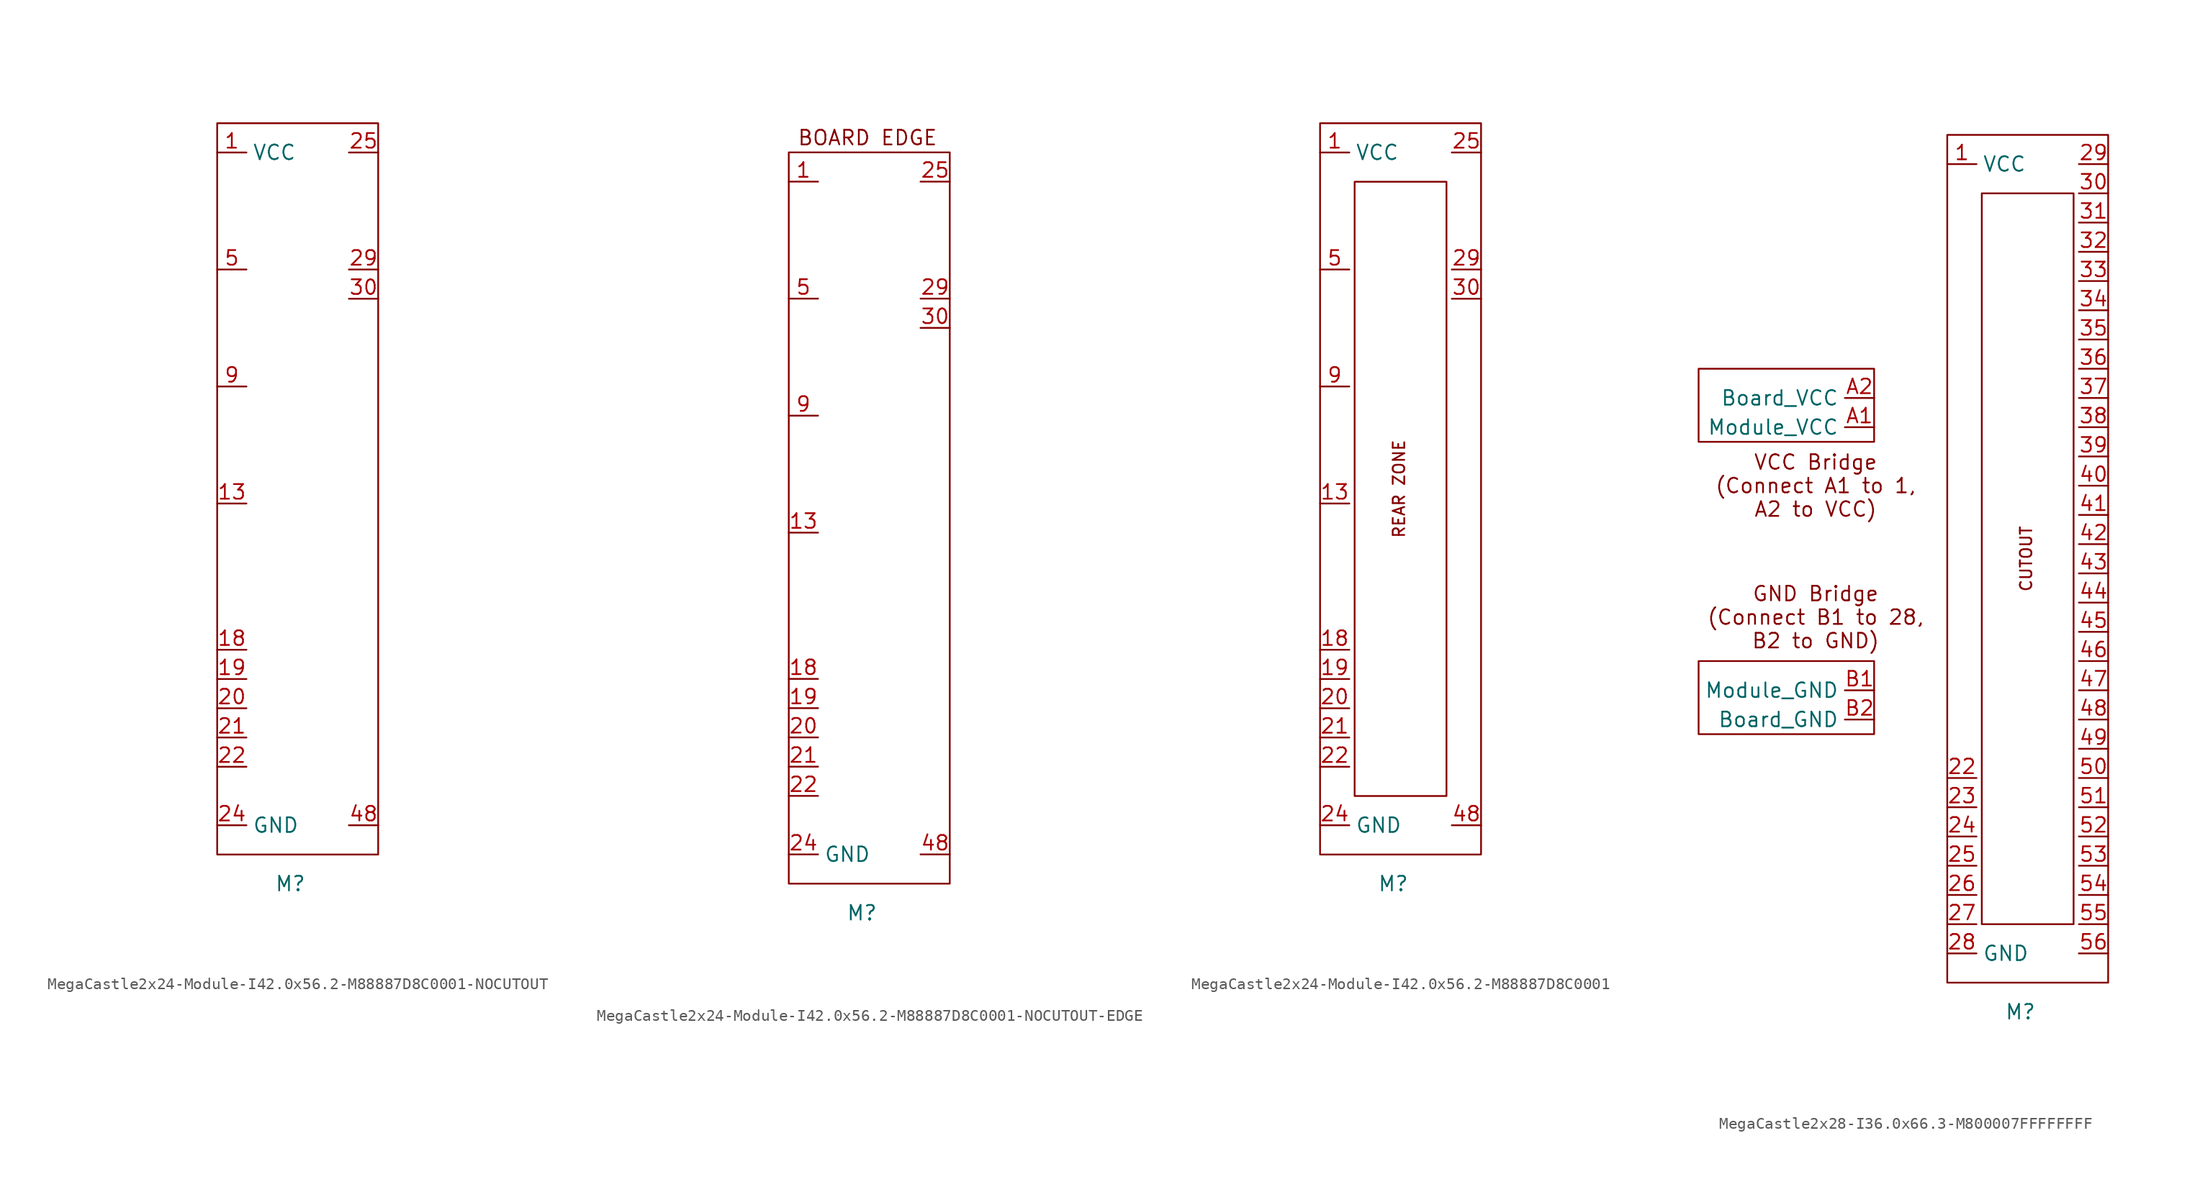
<source format=kicad_sym>
(kicad_symbol_lib
  (version 20241209)
  (generator "kicad_symbol_editor")
  (generator_version "9.0")
  (symbol "MegaCastle2x24-Module-I42.0x56.2-M88887D8C0001-NOCUTOUT"
    (property "Reference" "M"
      (at 0 -34.29 0)
      (effects (font (size 1.27 1.27))))
    (property "Value" ""
      (at 0 5.08 0)
      (effects (font (size 1.27 1.27))))
    (symbol "MegaCastle2x24-Module-I42.0x56.2-M88887D8C0001-NOCUTOUT_0_1"
      (rectangle (start -6.35 31.75) (end 7.62 -31.75) (stroke (width 0) (type default)) (fill (type none))))
    (symbol "MegaCastle2x24-Module-I42.0x56.2-M88887D8C0001-NOCUTOUT_1_1"
      (pin bidirectional line (at -6.35 29.21 0) (length 2.54) (name "VCC" (effects (font (size 1.27 1.27)))) (number "1" (effects (font (size 1.27 1.27)))))
      (pin bidirectional line (at -6.35 19.05 0) (length 2.54) (name "" (effects (font (size 1.27 1.27)))) (number "5" (effects (font (size 1.27 1.27)))))
      (pin bidirectional line (at -6.35 8.89 0) (length 2.54) (name "" (effects (font (size 1.27 1.27)))) (number "9" (effects (font (size 1.27 1.27)))))
      (pin bidirectional line (at -6.35 -1.27 0) (length 2.54) (name "" (effects (font (size 1.27 1.27)))) (number "13" (effects (font (size 1.27 1.27)))))
      (pin bidirectional line (at -6.35 -13.97 0) (length 2.54) (name "" (effects (font (size 1.27 1.27)))) (number "18" (effects (font (size 1.27 1.27)))))
      (pin bidirectional line (at -6.35 -16.51 0) (length 2.54) (name "" (effects (font (size 1.27 1.27)))) (number "19" (effects (font (size 1.27 1.27)))))
      (pin bidirectional line (at -6.35 -19.05 0) (length 2.54) (name "" (effects (font (size 1.27 1.27)))) (number "20" (effects (font (size 1.27 1.27)))))
      (pin bidirectional line (at -6.35 -21.59 0) (length 2.54) (name "" (effects (font (size 1.27 1.27)))) (number "21" (effects (font (size 1.27 1.27)))))
      (pin bidirectional line (at -6.35 -24.13 0) (length 2.54) (name "" (effects (font (size 1.27 1.27)))) (number "22" (effects (font (size 1.27 1.27)))))
      (pin bidirectional line (at -6.35 -29.21 0) (length 2.54) (name "GND" (effects (font (size 1.27 1.27)))) (number "24" (effects (font (size 1.27 1.27)))))
      (pin bidirectional line (at 7.62 29.21 180) (length 2.54) (name "" (effects (font (size 1.27 1.27)))) (number "25" (effects (font (size 1.27 1.27)))))
      (pin bidirectional line (at 7.62 19.05 180) (length 2.54) (name "" (effects (font (size 1.27 1.27)))) (number "29" (effects (font (size 1.27 1.27)))))
      (pin bidirectional line (at 7.62 16.51 180) (length 2.54) (name "" (effects (font (size 1.27 1.27)))) (number "30" (effects (font (size 1.27 1.27)))))
      (pin bidirectional line (at 7.62 -29.21 180) (length 2.54) (name "" (effects (font (size 1.27 1.27)))) (number "48" (effects (font (size 1.27 1.27)))))))
  (symbol "MegaCastle2x24-Module-I42.0x56.2-M88887D8C0001-NOCUTOUT-EDGE"
    (property "Reference" "M"
      (at 0 -34.29 0)
      (effects (font (size 1.27 1.27))))
    (property "Value" ""
      (at 0 5.08 0)
      (effects (font (size 1.27 1.27))))
    (symbol "MegaCastle2x24-Module-I42.0x56.2-M88887D8C0001-NOCUTOUT-EDGE_0_1"
      (rectangle (start -6.35 31.75) (end 7.62 -31.75) (stroke (width 0) (type default)) (fill (type none))))
    (symbol "MegaCastle2x24-Module-I42.0x56.2-M88887D8C0001-NOCUTOUT-EDGE_1_1"
      (text " BOARD EDGE" (at 0 33.02 0) (effects (font (size 1.27 1.27))))
      (pin bidirectional line (at -6.35 29.21 0) (length 2.54) (name "" (effects (font (size 1.27 1.27)))) (number "1" (effects (font (size 1.27 1.27)))))
      (pin bidirectional line (at -6.35 19.05 0) (length 2.54) (name "" (effects (font (size 1.27 1.27)))) (number "5" (effects (font (size 1.27 1.27)))))
      (pin bidirectional line (at -6.35 8.89 0) (length 2.54) (name "" (effects (font (size 1.27 1.27)))) (number "9" (effects (font (size 1.27 1.27)))))
      (pin bidirectional line (at -6.35 -1.27 0) (length 2.54) (name "" (effects (font (size 1.27 1.27)))) (number "13" (effects (font (size 1.27 1.27)))))
      (pin bidirectional line (at -6.35 -13.97 0) (length 2.54) (name "" (effects (font (size 1.27 1.27)))) (number "18" (effects (font (size 1.27 1.27)))))
      (pin bidirectional line (at -6.35 -16.51 0) (length 2.54) (name "" (effects (font (size 1.27 1.27)))) (number "19" (effects (font (size 1.27 1.27)))))
      (pin bidirectional line (at -6.35 -19.05 0) (length 2.54) (name "" (effects (font (size 1.27 1.27)))) (number "20" (effects (font (size 1.27 1.27)))))
      (pin bidirectional line (at -6.35 -21.59 0) (length 2.54) (name "" (effects (font (size 1.27 1.27)))) (number "21" (effects (font (size 1.27 1.27)))))
      (pin bidirectional line (at -6.35 -24.13 0) (length 2.54) (name "" (effects (font (size 1.27 1.27)))) (number "22" (effects (font (size 1.27 1.27)))))
      (pin bidirectional line (at -6.35 -29.21 0) (length 2.54) (name "GND" (effects (font (size 1.27 1.27)))) (number "24" (effects (font (size 1.27 1.27)))))
      (pin bidirectional line (at 7.62 29.21 180) (length 2.54) (name "" (effects (font (size 1.27 1.27)))) (number "25" (effects (font (size 1.27 1.27)))))
      (pin bidirectional line (at 7.62 19.05 180) (length 2.54) (name "" (effects (font (size 1.27 1.27)))) (number "29" (effects (font (size 1.27 1.27)))))
      (pin bidirectional line (at 7.62 16.51 180) (length 2.54) (name "" (effects (font (size 1.27 1.27)))) (number "30" (effects (font (size 1.27 1.27)))))
      (pin bidirectional line (at 7.62 -29.21 180) (length 2.54) (name "" (effects (font (size 1.27 1.27)))) (number "48" (effects (font (size 1.27 1.27)))))))
  (symbol "MegaCastle2x24-Module-I42.0x56.2-M88887D8C0001"
    (property "Reference" "M"
      (at 0 -34.29 0)
      (effects (font (size 1.27 1.27))))
    (property "Value" ""
      (at 0 5.08 0)
      (effects (font (size 1.27 1.27))))
    (symbol "MegaCastle2x24-Module-I42.0x56.2-M88887D8C0001_0_1"
      (rectangle (start -6.35 31.75) (end 7.62 -31.75) (stroke (width 0) (type default)) (fill (type none)))
      (rectangle (start -3.35 26.67) (end 4.62 -26.67) (stroke (width 0) (type default)) (fill (type none))))
    (symbol "MegaCastle2x24-Module-I42.0x56.2-M88887D8C0001_1_1"
      (text "REAR ZONE" (at 0.5 0 900) (effects (font (size 1 1))))
      (pin bidirectional line (at -6.35 29.21 0) (length 2.54) (name "VCC" (effects (font (size 1.27 1.27)))) (number "1" (effects (font (size 1.27 1.27)))))
      (pin bidirectional line (at -6.35 19.05 0) (length 2.54) (name "" (effects (font (size 1.27 1.27)))) (number "5" (effects (font (size 1.27 1.27)))))
      (pin bidirectional line (at -6.35 8.89 0) (length 2.54) (name "" (effects (font (size 1.27 1.27)))) (number "9" (effects (font (size 1.27 1.27)))))
      (pin bidirectional line (at -6.35 -1.27 0) (length 2.54) (name "" (effects (font (size 1.27 1.27)))) (number "13" (effects (font (size 1.27 1.27)))))
      (pin bidirectional line (at -6.35 -13.97 0) (length 2.54) (name "" (effects (font (size 1.27 1.27)))) (number "18" (effects (font (size 1.27 1.27)))))
      (pin bidirectional line (at -6.35 -16.51 0) (length 2.54) (name "" (effects (font (size 1.27 1.27)))) (number "19" (effects (font (size 1.27 1.27)))))
      (pin bidirectional line (at -6.35 -19.05 0) (length 2.54) (name "" (effects (font (size 1.27 1.27)))) (number "20" (effects (font (size 1.27 1.27)))))
      (pin bidirectional line (at -6.35 -21.59 0) (length 2.54) (name "" (effects (font (size 1.27 1.27)))) (number "21" (effects (font (size 1.27 1.27)))))
      (pin bidirectional line (at -6.35 -24.13 0) (length 2.54) (name "" (effects (font (size 1.27 1.27)))) (number "22" (effects (font (size 1.27 1.27)))))
      (pin bidirectional line (at -6.35 -29.21 0) (length 2.54) (name "GND" (effects (font (size 1.27 1.27)))) (number "24" (effects (font (size 1.27 1.27)))))
      (pin bidirectional line (at 7.62 29.21 180) (length 2.54) (name "" (effects (font (size 1.27 1.27)))) (number "25" (effects (font (size 1.27 1.27)))))
      (pin bidirectional line (at 7.62 19.05 180) (length 2.54) (name "" (effects (font (size 1.27 1.27)))) (number "29" (effects (font (size 1.27 1.27)))))
      (pin bidirectional line (at 7.62 16.51 180) (length 2.54) (name "" (effects (font (size 1.27 1.27)))) (number "30" (effects (font (size 1.27 1.27)))))
      (pin bidirectional line (at 7.62 -29.21 180) (length 2.54) (name "" (effects (font (size 1.27 1.27)))) (number "48" (effects (font (size 1.27 1.27)))))))
  (symbol "MegaCastle2x28-I36.0x66.3-M800007FFFFFFFF"
    (property "Reference" "M"
      (at 0 -39.37 0)
      (effects (font (size 1.27 1.27))))
    (property "Value" ""
      (at 0 5.08 0)
      (effects (font (size 1.27 1.27))))
    (symbol "MegaCastle2x28-I36.0x66.3-M800007FFFFFFFF_0_1"
      (rectangle (start -27.94 16.51) (end -12.7 10.16) (stroke (width 0) (type default)) (fill (type none)))
      (rectangle (start -27.94 -8.89) (end -12.7 -15.24) (stroke (width 0) (type default)) (fill (type none)))
      (rectangle (start -6.35 36.83) (end 7.62 -36.83) (stroke (width 0) (type default)) (fill (type none)))
      (rectangle (start -3.35 31.75) (end 4.62 -31.75) (stroke (width 0) (type default)) (fill (type none))))
    (symbol "MegaCastle2x28-I36.0x66.3-M800007FFFFFFFF_1_1"
      (text "VCC Bridge\n(Connect A1 to 1,\nA2 to VCC)" (at -17.78 6.35 0) (effects (font (size 1.27 1.27))))
      (text "GND Bridge\n(Connect B1 to 28,\nB2 to GND)" (at -17.78 -5.08 0) (effects (font (size 1.27 1.27))))
      (text "CUTOUT" (at 0.5 0 900) (effects (font (size 1 1))))
      (pin bidirectional line (at -12.7 13.97 180) (length 2.54) (name "Board_VCC" (effects (font (size 1.27 1.27)))) (number "A2" (effects (font (size 1.27 1.27)))))
      (pin bidirectional line (at -12.7 11.43 180) (length 2.54) (name "Module_VCC" (effects (font (size 1.27 1.27)))) (number "A1" (effects (font (size 1.27 1.27)))))
      (pin bidirectional line (at -12.7 -11.43 180) (length 2.54) (name "Module_GND" (effects (font (size 1.27 1.27)))) (number "B1" (effects (font (size 1.27 1.27)))))
      (pin bidirectional line (at -12.7 -13.97 180) (length 2.54) (name "Board_GND" (effects (font (size 1.27 1.27)))) (number "B2" (effects (font (size 1.27 1.27)))))
      (pin bidirectional line (at -6.35 34.29 0) (length 2.54) (name "VCC" (effects (font (size 1.27 1.27)))) (number "1" (effects (font (size 1.27 1.27)))))
      (pin bidirectional line (at -6.35 -19.05 0) (length 2.54) (name "" (effects (font (size 1.27 1.27)))) (number "22" (effects (font (size 1.27 1.27)))))
      (pin bidirectional line (at -6.35 -21.59 0) (length 2.54) (name "" (effects (font (size 1.27 1.27)))) (number "23" (effects (font (size 1.27 1.27)))))
      (pin bidirectional line (at -6.35 -24.13 0) (length 2.54) (name "" (effects (font (size 1.27 1.27)))) (number "24" (effects (font (size 1.27 1.27)))))
      (pin bidirectional line (at -6.35 -26.67 0) (length 2.54) (name "" (effects (font (size 1.27 1.27)))) (number "25" (effects (font (size 1.27 1.27)))))
      (pin bidirectional line (at -6.35 -29.21 0) (length 2.54) (name "" (effects (font (size 1.27 1.27)))) (number "26" (effects (font (size 1.27 1.27)))))
      (pin bidirectional line (at -6.35 -31.75 0) (length 2.54) (name "" (effects (font (size 1.27 1.27)))) (number "27" (effects (font (size 1.27 1.27)))))
      (pin bidirectional line (at -6.35 -34.29 0) (length 2.54) (name "GND" (effects (font (size 1.27 1.27)))) (number "28" (effects (font (size 1.27 1.27)))))
      (pin bidirectional line (at 7.62 34.29 180) (length 2.54) (name "" (effects (font (size 1.27 1.27)))) (number "29" (effects (font (size 1.27 1.27)))))
      (pin bidirectional line (at 7.62 31.75 180) (length 2.54) (name "" (effects (font (size 1.27 1.27)))) (number "30" (effects (font (size 1.27 1.27)))))
      (pin bidirectional line (at 7.62 29.21 180) (length 2.54) (name "" (effects (font (size 1.27 1.27)))) (number "31" (effects (font (size 1.27 1.27)))))
      (pin bidirectional line (at 7.62 26.67 180) (length 2.54) (name "" (effects (font (size 1.27 1.27)))) (number "32" (effects (font (size 1.27 1.27)))))
      (pin bidirectional line (at 7.62 24.13 180) (length 2.54) (name "" (effects (font (size 1.27 1.27)))) (number "33" (effects (font (size 1.27 1.27)))))
      (pin bidirectional line (at 7.62 21.59 180) (length 2.54) (name "" (effects (font (size 1.27 1.27)))) (number "34" (effects (font (size 1.27 1.27)))))
      (pin bidirectional line (at 7.62 19.05 180) (length 2.54) (name "" (effects (font (size 1.27 1.27)))) (number "35" (effects (font (size 1.27 1.27)))))
      (pin bidirectional line (at 7.62 16.51 180) (length 2.54) (name "" (effects (font (size 1.27 1.27)))) (number "36" (effects (font (size 1.27 1.27)))))
      (pin bidirectional line (at 7.62 13.97 180) (length 2.54) (name "" (effects (font (size 1.27 1.27)))) (number "37" (effects (font (size 1.27 1.27)))))
      (pin bidirectional line (at 7.62 11.43 180) (length 2.54) (name "" (effects (font (size 1.27 1.27)))) (number "38" (effects (font (size 1.27 1.27)))))
      (pin bidirectional line (at 7.62 8.89 180) (length 2.54) (name "" (effects (font (size 1.27 1.27)))) (number "39" (effects (font (size 1.27 1.27)))))
      (pin bidirectional line (at 7.62 6.35 180) (length 2.54) (name "" (effects (font (size 1.27 1.27)))) (number "40" (effects (font (size 1.27 1.27)))))
      (pin bidirectional line (at 7.62 3.81 180) (length 2.54) (name "" (effects (font (size 1.27 1.27)))) (number "41" (effects (font (size 1.27 1.27)))))
      (pin bidirectional line (at 7.62 1.27 180) (length 2.54) (name "" (effects (font (size 1.27 1.27)))) (number "42" (effects (font (size 1.27 1.27)))))
      (pin bidirectional line (at 7.62 -1.27 180) (length 2.54) (name "" (effects (font (size 1.27 1.27)))) (number "43" (effects (font (size 1.27 1.27)))))
      (pin bidirectional line (at 7.62 -3.81 180) (length 2.54) (name "" (effects (font (size 1.27 1.27)))) (number "44" (effects (font (size 1.27 1.27)))))
      (pin bidirectional line (at 7.62 -6.35 180) (length 2.54) (name "" (effects (font (size 1.27 1.27)))) (number "45" (effects (font (size 1.27 1.27)))))
      (pin bidirectional line (at 7.62 -8.89 180) (length 2.54) (name "" (effects (font (size 1.27 1.27)))) (number "46" (effects (font (size 1.27 1.27)))))
      (pin bidirectional line (at 7.62 -11.43 180) (length 2.54) (name "" (effects (font (size 1.27 1.27)))) (number "47" (effects (font (size 1.27 1.27)))))
      (pin bidirectional line (at 7.62 -13.97 180) (length 2.54) (name "" (effects (font (size 1.27 1.27)))) (number "48" (effects (font (size 1.27 1.27)))))
      (pin bidirectional line (at 7.62 -16.51 180) (length 2.54) (name "" (effects (font (size 1.27 1.27)))) (number "49" (effects (font (size 1.27 1.27)))))
      (pin bidirectional line (at 7.62 -19.05 180) (length 2.54) (name "" (effects (font (size 1.27 1.27)))) (number "50" (effects (font (size 1.27 1.27)))))
      (pin bidirectional line (at 7.62 -21.59 180) (length 2.54) (name "" (effects (font (size 1.27 1.27)))) (number "51" (effects (font (size 1.27 1.27)))))
      (pin bidirectional line (at 7.62 -24.13 180) (length 2.54) (name "" (effects (font (size 1.27 1.27)))) (number "52" (effects (font (size 1.27 1.27)))))
      (pin bidirectional line (at 7.62 -26.67 180) (length 2.54) (name "" (effects (font (size 1.27 1.27)))) (number "53" (effects (font (size 1.27 1.27)))))
      (pin bidirectional line (at 7.62 -29.21 180) (length 2.54) (name "" (effects (font (size 1.27 1.27)))) (number "54" (effects (font (size 1.27 1.27)))))
      (pin bidirectional line (at 7.62 -31.75 180) (length 2.54) (name "" (effects (font (size 1.27 1.27)))) (number "55" (effects (font (size 1.27 1.27)))))
      (pin bidirectional line (at 7.62 -34.29 180) (length 2.54) (name "" (effects (font (size 1.27 1.27)))) (number "56" (effects (font (size 1.27 1.27))))))))
</source>
